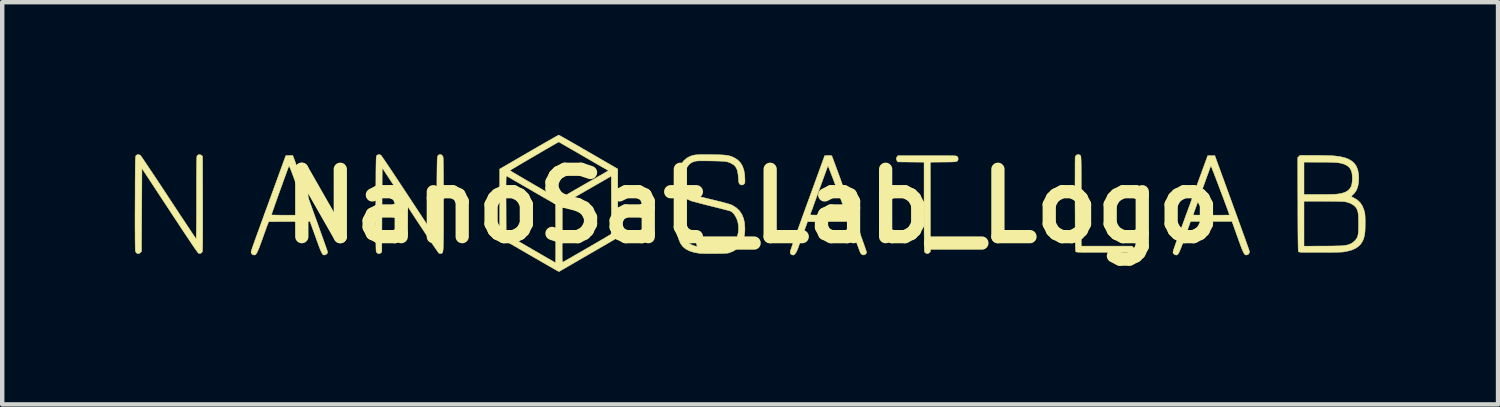
<source format=kicad_pcb>
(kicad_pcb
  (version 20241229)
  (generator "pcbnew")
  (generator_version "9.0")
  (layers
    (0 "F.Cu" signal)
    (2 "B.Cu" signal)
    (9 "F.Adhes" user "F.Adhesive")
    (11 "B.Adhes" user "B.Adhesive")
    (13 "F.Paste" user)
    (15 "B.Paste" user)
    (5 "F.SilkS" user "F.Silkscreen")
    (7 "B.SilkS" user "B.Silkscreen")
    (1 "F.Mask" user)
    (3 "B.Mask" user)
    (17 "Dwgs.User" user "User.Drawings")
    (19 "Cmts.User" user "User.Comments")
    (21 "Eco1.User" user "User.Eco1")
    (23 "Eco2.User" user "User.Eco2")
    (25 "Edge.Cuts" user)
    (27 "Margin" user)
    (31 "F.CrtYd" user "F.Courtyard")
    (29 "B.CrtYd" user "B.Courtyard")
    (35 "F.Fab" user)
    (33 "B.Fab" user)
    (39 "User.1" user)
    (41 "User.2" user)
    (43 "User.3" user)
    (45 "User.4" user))
  (footprint "NanoSat_Lab_Logo"
    (layer "F.Cu")
    (at 13.974 1.614)
    (property "Reference" "NanoSat_Lab_Logo" (at 0 0 0) (layer "F.SilkS") (effects (font (size 1.524 1.524) (thickness 0.3))))
    (attr through_hole)
    (fp_poly (pts (xy 4.082 -1.143) (xy 4.196 -1.143) (xy 4.292 -1.143) (xy 4.372 -1.142) (xy 4.438 -1.142) (xy 4.491 -1.141) (xy 4.533 -1.14) (xy 4.565 -1.139) (xy 4.588 -1.137) (xy 4.605 -1.135) (xy 4.617 -1.132) (xy 4.625 -1.129) (xy 4.63 -1.125) (xy 4.632 -1.124) (xy 4.65 -1.095) (xy 4.652 -1.061) (xy 4.641 -1.03) (xy 4.632 -1.02) (xy 4.624 -1.014) (xy 4.614 -1.01) (xy 4.599 -1.007) (xy 4.577 -1.004) (xy 4.545 -1.002) (xy 4.501 -1) (xy 4.443 -0.999) (xy 4.368 -0.998) (xy 4.317 -0.998) (xy 4.023 -0.995) (xy 4.024 0.018) (xy 4.024 1.031) (xy 3.998 1.054) (xy 3.974 1.072) (xy 3.952 1.075) (xy 3.924 1.066) (xy 3.903 1.05) (xy 3.891 1.031) (xy 3.889 1.016) (xy 3.888 0.981) (xy 3.886 0.927) (xy 3.885 0.855) (xy 3.884 0.765) (xy 3.883 0.657) (xy 3.882 0.532) (xy 3.882 0.391) (xy 3.881 0.235) (xy 3.881 0.063) (xy 3.881 0.005) (xy 3.881 -0.995) (xy 3.586 -0.998) (xy 3.29 -1.001) (xy 3.271 -1.025) (xy 3.253 -1.059) (xy 3.256 -1.095) (xy 3.271 -1.119) (xy 3.29 -1.143) (xy 3.95 -1.143) (xy 4.082 -1.143)) (stroke (width 0.01) (type solid)) (fill yes) (layer "F.SilkS"))
    (fp_poly (pts (xy 7.408 -1.156) (xy 7.417 -1.148) (xy 7.42 -1.144) (xy 7.423 -1.14) (xy 7.426 -1.133) (xy 7.428 -1.122) (xy 7.43 -1.107) (xy 7.431 -1.086) (xy 7.433 -1.058) (xy 7.434 -1.022) (xy 7.435 -0.976) (xy 7.436 -0.92) (xy 7.436 -0.852) (xy 7.437 -0.77) (xy 7.437 -0.675) (xy 7.437 -0.564) (xy 7.437 -0.436) (xy 7.437 -0.291) (xy 7.437 -0.127) (xy 7.437 -0.112) (xy 7.437 0.904) (xy 8.586 0.904) (xy 8.611 0.929) (xy 8.628 0.952) (xy 8.636 0.974) (xy 8.636 0.975) (xy 8.629 0.997) (xy 8.612 1.02) (xy 8.611 1.022) (xy 8.586 1.046) (xy 7.957 1.046) (xy 7.828 1.046) (xy 7.717 1.046) (xy 7.624 1.046) (xy 7.546 1.046) (xy 7.483 1.045) (xy 7.433 1.044) (xy 7.394 1.043) (xy 7.364 1.041) (xy 7.343 1.039) (xy 7.329 1.037) (xy 7.32 1.034) (xy 7.315 1.031) (xy 7.314 1.03) (xy 7.312 1.024) (xy 7.31 1.013) (xy 7.308 0.994) (xy 7.306 0.967) (xy 7.305 0.931) (xy 7.303 0.885) (xy 7.302 0.827) (xy 7.301 0.757) (xy 7.3 0.674) (xy 7.3 0.575) (xy 7.299 0.461) (xy 7.298 0.331) (xy 7.298 0.182) (xy 7.297 0.015) (xy 7.297 -0.04) (xy 7.297 -0.185) (xy 7.297 -0.324) (xy 7.296 -0.457) (xy 7.296 -0.581) (xy 7.297 -0.696) (xy 7.297 -0.799) (xy 7.297 -0.891) (xy 7.297 -0.969) (xy 7.298 -1.031) (xy 7.298 -1.077) (xy 7.299 -1.106) (xy 7.3 -1.114) (xy 7.316 -1.146) (xy 7.344 -1.164) (xy 7.376 -1.168) (xy 7.408 -1.156)) (stroke (width 0.01) (type solid)) (fill yes) (layer "F.SilkS"))
    (fp_poly (pts (xy 10.848 -0.076) (xy 10.899 0.065) (xy 10.949 0.202) (xy 10.996 0.333) (xy 11.041 0.456) (xy 11.082 0.57) (xy 11.12 0.674) (xy 11.153 0.767) (xy 11.182 0.848) (xy 11.206 0.915) (xy 11.224 0.966) (xy 11.236 1.002) (xy 11.242 1.02) (xy 11.243 1.022) (xy 11.24 1.056) (xy 11.221 1.085) (xy 11.187 1.102) (xy 11.184 1.103) (xy 11.169 1.105) (xy 11.155 1.103) (xy 11.141 1.095) (xy 11.127 1.08) (xy 11.112 1.056) (xy 11.095 1.021) (xy 11.075 0.974) (xy 11.051 0.913) (xy 11.023 0.837) (xy 10.989 0.744) (xy 10.973 0.699) (xy 10.847 0.345) (xy 9.91 0.345) (xy 9.784 0.699) (xy 9.747 0.8) (xy 9.716 0.884) (xy 9.69 0.952) (xy 9.668 1.006) (xy 9.65 1.046) (xy 9.633 1.075) (xy 9.617 1.093) (xy 9.603 1.103) (xy 9.587 1.106) (xy 9.571 1.103) (xy 9.553 1.097) (xy 9.531 1.081) (xy 9.518 1.062) (xy 9.516 1.058) (xy 9.514 1.055) (xy 9.513 1.052) (xy 9.512 1.047) (xy 9.512 1.039) (xy 9.514 1.029) (xy 9.518 1.014) (xy 9.524 0.994) (xy 9.532 0.967) (xy 9.544 0.933) (xy 9.559 0.89) (xy 9.577 0.838) (xy 9.599 0.776) (xy 9.626 0.702) (xy 9.657 0.615) (xy 9.693 0.515) (xy 9.735 0.401) (xy 9.782 0.271) (xy 9.808 0.2) (xy 9.967 0.2) (xy 9.977 0.201) (xy 10.005 0.201) (xy 10.049 0.202) (xy 10.107 0.202) (xy 10.176 0.203) (xy 10.256 0.203) (xy 10.343 0.203) (xy 10.378 0.203) (xy 10.468 0.203) (xy 10.55 0.203) (xy 10.624 0.203) (xy 10.687 0.202) (xy 10.737 0.202) (xy 10.771 0.201) (xy 10.788 0.201) (xy 10.79 0.201) (xy 10.786 0.188) (xy 10.777 0.159) (xy 10.761 0.116) (xy 10.741 0.06) (xy 10.717 -0.006) (xy 10.689 -0.081) (xy 10.659 -0.162) (xy 10.627 -0.248) (xy 10.593 -0.336) (xy 10.56 -0.425) (xy 10.527 -0.512) (xy 10.495 -0.596) (xy 10.465 -0.674) (xy 10.438 -0.744) (xy 10.414 -0.805) (xy 10.395 -0.855) (xy 10.38 -0.89) (xy 10.371 -0.911) (xy 10.369 -0.914) (xy 10.363 -0.897) (xy 10.35 -0.864) (xy 10.333 -0.816) (xy 10.312 -0.756) (xy 10.286 -0.687) (xy 10.258 -0.609) (xy 10.228 -0.525) (xy 10.196 -0.438) (xy 10.164 -0.348) (xy 10.132 -0.259) (xy 10.101 -0.173) (xy 10.071 -0.09) (xy 10.044 -0.014) (xy 10.019 0.054) (xy 9.999 0.111) (xy 9.983 0.156) (xy 9.972 0.186) (xy 9.967 0.199) (xy 9.967 0.2) (xy 9.808 0.2) (xy 9.836 0.125) (xy 9.896 -0.039) (xy 9.929 -0.132) (xy 10.298 -1.143) (xy 10.459 -1.143) (xy 10.848 -0.076)) (stroke (width 0.01) (type solid)) (fill yes) (layer "F.SilkS"))
    (fp_poly (pts (xy -13.849 -1.151) (xy -13.847 -1.149) (xy -13.838 -1.138) (xy -13.819 -1.111) (xy -13.79 -1.07) (xy -13.753 -1.014) (xy -13.707 -0.947) (xy -13.654 -0.867) (xy -13.594 -0.778) (xy -13.528 -0.679) (xy -13.457 -0.572) (xy -13.382 -0.459) (xy -13.303 -0.339) (xy -13.221 -0.215) (xy -13.208 -0.194) (xy -13.126 -0.07) (xy -13.047 0.05) (xy -12.972 0.164) (xy -12.902 0.27) (xy -12.836 0.369) (xy -12.777 0.458) (xy -12.724 0.537) (xy -12.679 0.605) (xy -12.642 0.661) (xy -12.613 0.702) (xy -12.595 0.729) (xy -12.586 0.741) (xy -12.586 0.741) (xy -12.585 0.731) (xy -12.584 0.703) (xy -12.583 0.656) (xy -12.582 0.594) (xy -12.581 0.517) (xy -12.58 0.427) (xy -12.579 0.325) (xy -12.579 0.212) (xy -12.578 0.091) (xy -12.578 -0.038) (xy -12.578 -0.173) (xy -12.578 -0.193) (xy -12.578 -0.352) (xy -12.578 -0.492) (xy -12.578 -0.614) (xy -12.578 -0.719) (xy -12.577 -0.809) (xy -12.577 -0.885) (xy -12.576 -0.949) (xy -12.576 -1) (xy -12.575 -1.041) (xy -12.573 -1.074) (xy -12.572 -1.098) (xy -12.57 -1.116) (xy -12.568 -1.129) (xy -12.565 -1.137) (xy -12.562 -1.143) (xy -12.559 -1.147) (xy -12.558 -1.148) (xy -12.527 -1.166) (xy -12.493 -1.165) (xy -12.465 -1.149) (xy -12.441 -1.13) (xy -12.438 -0.063) (xy -12.438 0.127) (xy -12.438 0.3) (xy -12.438 0.455) (xy -12.438 0.593) (xy -12.439 0.712) (xy -12.439 0.813) (xy -12.441 0.896) (xy -12.442 0.959) (xy -12.443 1.002) (xy -12.445 1.026) (xy -12.446 1.03) (xy -12.466 1.057) (xy -12.496 1.07) (xy -12.53 1.068) (xy -12.531 1.067) (xy -12.54 1.059) (xy -12.557 1.037) (xy -12.582 1.002) (xy -12.617 0.953) (xy -12.661 0.889) (xy -12.714 0.81) (xy -12.777 0.716) (xy -12.85 0.607) (xy -12.933 0.482) (xy -13.026 0.34) (xy -13.131 0.182) (xy -13.184 0.101) (xy -13.813 -0.855) (xy -13.818 0.086) (xy -13.823 1.028) (xy -13.851 1.052) (xy -13.876 1.071) (xy -13.897 1.075) (xy -13.924 1.068) (xy -13.926 1.067) (xy -13.946 1.049) (xy -13.96 1.019) (xy -13.962 1.005) (xy -13.963 0.976) (xy -13.965 0.933) (xy -13.966 0.874) (xy -13.967 0.799) (xy -13.968 0.708) (xy -13.968 0.599) (xy -13.969 0.473) (xy -13.969 0.328) (xy -13.969 0.164) (xy -13.968 -0.019) (xy -13.968 -0.073) (xy -13.967 -0.242) (xy -13.967 -0.392) (xy -13.967 -0.524) (xy -13.966 -0.64) (xy -13.965 -0.74) (xy -13.965 -0.825) (xy -13.964 -0.897) (xy -13.963 -0.957) (xy -13.962 -1.006) (xy -13.961 -1.046) (xy -13.96 -1.076) (xy -13.958 -1.1) (xy -13.956 -1.117) (xy -13.954 -1.129) (xy -13.952 -1.137) (xy -13.949 -1.143) (xy -13.946 -1.147) (xy -13.946 -1.147) (xy -13.917 -1.165) (xy -13.883 -1.166) (xy -13.849 -1.151)) (stroke (width 0.01) (type solid)) (fill yes) (layer "F.SilkS"))
    (fp_poly (pts (xy -7.035 -1.16) (xy -7.011 -1.136) (xy -7.001 -1.116) (xy -6.999 -1.103) (xy -6.997 -1.075) (xy -6.996 -1.031) (xy -6.994 -0.971) (xy -6.993 -0.895) (xy -6.992 -0.802) (xy -6.991 -0.692) (xy -6.991 -0.563) (xy -6.99 -0.415) (xy -6.99 -0.249) (xy -6.99 -0.062) (xy -6.99 -0.044) (xy -6.99 0.129) (xy -6.99 0.283) (xy -6.99 0.419) (xy -6.99 0.539) (xy -6.991 0.642) (xy -6.992 0.731) (xy -6.993 0.806) (xy -6.994 0.869) (xy -6.996 0.921) (xy -6.998 0.962) (xy -7.001 0.995) (xy -7.004 1.02) (xy -7.009 1.038) (xy -7.013 1.051) (xy -7.019 1.059) (xy -7.025 1.065) (xy -7.033 1.068) (xy -7.041 1.07) (xy -7.046 1.071) (xy -7.08 1.07) (xy -7.096 1.063) (xy -7.104 1.053) (xy -7.123 1.027) (xy -7.152 0.986) (xy -7.189 0.932) (xy -7.234 0.866) (xy -7.285 0.79) (xy -7.342 0.705) (xy -7.404 0.611) (xy -7.47 0.511) (xy -7.54 0.406) (xy -7.574 0.354) (xy -7.65 0.239) (xy -7.726 0.123) (xy -7.801 0.008) (xy -7.875 -0.104) (xy -7.945 -0.211) (xy -8.011 -0.311) (xy -8.071 -0.402) (xy -8.123 -0.482) (xy -8.168 -0.549) (xy -8.202 -0.602) (xy -8.204 -0.604) (xy -8.377 -0.868) (xy -8.382 0.085) (xy -8.387 1.038) (xy -8.411 1.058) (xy -8.435 1.073) (xy -8.457 1.075) (xy -8.479 1.067) (xy -8.499 1.052) (xy -8.513 1.03) (xy -8.515 1.019) (xy -8.516 0.998) (xy -8.518 0.966) (xy -8.519 0.921) (xy -8.52 0.863) (xy -8.521 0.791) (xy -8.522 0.704) (xy -8.522 0.601) (xy -8.522 0.482) (xy -8.523 0.345) (xy -8.522 0.19) (xy -8.522 0.016) (xy -8.522 -0.062) (xy -8.521 -0.233) (xy -8.521 -0.384) (xy -8.521 -0.517) (xy -8.52 -0.633) (xy -8.52 -0.734) (xy -8.519 -0.82) (xy -8.518 -0.893) (xy -8.517 -0.953) (xy -8.516 -1.003) (xy -8.515 -1.043) (xy -8.514 -1.074) (xy -8.512 -1.098) (xy -8.511 -1.116) (xy -8.508 -1.128) (xy -8.506 -1.137) (xy -8.503 -1.142) (xy -8.5 -1.147) (xy -8.5 -1.147) (xy -8.471 -1.165) (xy -8.437 -1.167) (xy -8.407 -1.154) (xy -8.398 -1.144) (xy -8.38 -1.118) (xy -8.352 -1.077) (xy -8.314 -1.022) (xy -8.269 -0.955) (xy -8.216 -0.876) (xy -8.156 -0.787) (xy -8.091 -0.689) (xy -8.02 -0.582) (xy -7.945 -0.469) (xy -7.866 -0.349) (xy -7.784 -0.225) (xy -7.767 -0.199) (xy -7.148 0.741) (xy -7.142 -0.186) (xy -7.142 -0.345) (xy -7.141 -0.485) (xy -7.14 -0.607) (xy -7.139 -0.712) (xy -7.138 -0.802) (xy -7.137 -0.878) (xy -7.136 -0.941) (xy -7.135 -0.993) (xy -7.134 -1.035) (xy -7.132 -1.067) (xy -7.13 -1.092) (xy -7.128 -1.11) (xy -7.126 -1.123) (xy -7.124 -1.132) (xy -7.121 -1.139) (xy -7.119 -1.141) (xy -7.095 -1.163) (xy -7.065 -1.169) (xy -7.035 -1.16)) (stroke (width 0.01) (type solid)) (fill yes) (layer "F.SilkS"))
    (fp_poly (pts (xy -10.389 -1.115) (xy -10.38 -1.092) (xy -10.365 -1.052) (xy -10.344 -0.996) (xy -10.319 -0.927) (xy -10.289 -0.846) (xy -10.255 -0.755) (xy -10.218 -0.654) (xy -10.179 -0.545) (xy -10.137 -0.43) (xy -10.094 -0.311) (xy -10.049 -0.188) (xy -10.004 -0.063) (xy -9.959 0.062) (xy -9.915 0.185) (xy -9.871 0.306) (xy -9.829 0.423) (xy -9.79 0.534) (xy -9.752 0.638) (xy -9.718 0.733) (xy -9.688 0.818) (xy -9.662 0.892) (xy -9.641 0.952) (xy -9.625 0.998) (xy -9.615 1.028) (xy -9.611 1.04) (xy -9.611 1.04) (xy -9.621 1.069) (xy -9.647 1.092) (xy -9.673 1.102) (xy -9.688 1.105) (xy -9.702 1.104) (xy -9.715 1.097) (xy -9.728 1.083) (xy -9.742 1.061) (xy -9.759 1.028) (xy -9.778 0.983) (xy -9.801 0.925) (xy -9.828 0.852) (xy -9.861 0.762) (xy -9.882 0.703) (xy -10.011 0.345) (xy -10.479 0.348) (xy -10.946 0.351) (xy -10.973 0.422) (xy -10.984 0.45) (xy -11 0.494) (xy -11.02 0.551) (xy -11.044 0.617) (xy -11.07 0.689) (xy -11.097 0.765) (xy -11.1 0.772) (xy -11.133 0.864) (xy -11.161 0.939) (xy -11.185 0.997) (xy -11.205 1.041) (xy -11.223 1.072) (xy -11.24 1.092) (xy -11.256 1.103) (xy -11.273 1.106) (xy -11.292 1.102) (xy -11.306 1.097) (xy -11.327 1.081) (xy -11.339 1.061) (xy -11.341 1.057) (xy -11.342 1.053) (xy -11.344 1.048) (xy -11.344 1.042) (xy -11.343 1.033) (xy -11.34 1.021) (xy -11.336 1.004) (xy -11.329 0.982) (xy -11.319 0.952) (xy -11.307 0.915) (xy -11.291 0.87) (xy -11.271 0.815) (xy -11.248 0.749) (xy -11.22 0.671) (xy -11.187 0.581) (xy -11.149 0.477) (xy -11.106 0.358) (xy -11.057 0.224) (xy -11.048 0.198) (xy -10.883 0.198) (xy -10.872 0.199) (xy -10.843 0.2) (xy -10.798 0.201) (xy -10.739 0.202) (xy -10.669 0.203) (xy -10.589 0.203) (xy -10.502 0.203) (xy -10.472 0.203) (xy -10.367 0.203) (xy -10.28 0.203) (xy -10.211 0.202) (xy -10.158 0.201) (xy -10.118 0.199) (xy -10.092 0.197) (xy -10.077 0.195) (xy -10.071 0.192) (xy -10.071 0.191) (xy -10.075 0.179) (xy -10.086 0.15) (xy -10.102 0.105) (xy -10.123 0.047) (xy -10.149 -0.024) (xy -10.179 -0.105) (xy -10.212 -0.195) (xy -10.247 -0.291) (xy -10.278 -0.374) (xy -10.32 -0.49) (xy -10.357 -0.589) (xy -10.387 -0.671) (xy -10.412 -0.738) (xy -10.433 -0.792) (xy -10.449 -0.833) (xy -10.461 -0.864) (xy -10.471 -0.884) (xy -10.478 -0.897) (xy -10.484 -0.903) (xy -10.488 -0.903) (xy -10.491 -0.899) (xy -10.494 -0.892) (xy -10.494 -0.892) (xy -10.505 -0.865) (xy -10.52 -0.823) (xy -10.541 -0.768) (xy -10.565 -0.702) (xy -10.592 -0.627) (xy -10.621 -0.546) (xy -10.652 -0.46) (xy -10.684 -0.372) (xy -10.716 -0.283) (xy -10.747 -0.196) (xy -10.776 -0.113) (xy -10.804 -0.035) (xy -10.828 0.035) (xy -10.849 0.095) (xy -10.866 0.143) (xy -10.877 0.178) (xy -10.883 0.196) (xy -10.883 0.198) (xy -11.048 0.198) (xy -11.002 0.073) (xy -10.94 -0.096) (xy -10.918 -0.157) (xy -10.559 -1.143) (xy -10.481 -1.146) (xy -10.403 -1.149) (xy -10.389 -1.115)) (stroke (width 0.01) (type solid)) (fill yes) (layer "F.SilkS"))
    (fp_poly (pts (xy 1.775 -1.145) (xy 1.789 -1.14) (xy 1.797 -1.131) (xy 1.803 -1.116) (xy 1.815 -1.084) (xy 1.833 -1.036) (xy 1.856 -0.974) (xy 1.884 -0.899) (xy 1.916 -0.812) (xy 1.951 -0.716) (xy 1.99 -0.611) (xy 2.03 -0.498) (xy 2.073 -0.381) (xy 2.117 -0.259) (xy 2.162 -0.135) (xy 2.207 -0.01) (xy 2.252 0.115) (xy 2.297 0.238) (xy 2.34 0.357) (xy 2.381 0.472) (xy 2.419 0.58) (xy 2.455 0.681) (xy 2.488 0.772) (xy 2.516 0.852) (xy 2.54 0.92) (xy 2.559 0.975) (xy 2.572 1.014) (xy 2.579 1.036) (xy 2.581 1.041) (xy 2.572 1.071) (xy 2.549 1.093) (xy 2.519 1.104) (xy 2.487 1.1) (xy 2.476 1.095) (xy 2.453 1.073) (xy 2.441 1.055) (xy 2.435 1.042) (xy 2.424 1.013) (xy 2.408 0.97) (xy 2.388 0.916) (xy 2.365 0.854) (xy 2.341 0.786) (xy 2.315 0.715) (xy 2.289 0.644) (xy 2.264 0.574) (xy 2.241 0.51) (xy 2.22 0.453) (xy 2.204 0.406) (xy 2.192 0.371) (xy 2.185 0.352) (xy 2.184 0.349) (xy 2.175 0.348) (xy 2.146 0.348) (xy 2.102 0.347) (xy 2.043 0.347) (xy 1.972 0.347) (xy 1.891 0.347) (xy 1.801 0.347) (xy 1.715 0.348) (xy 1.245 0.351) (xy 1.146 0.625) (xy 1.119 0.7) (xy 1.093 0.773) (xy 1.068 0.84) (xy 1.047 0.898) (xy 1.031 0.944) (xy 1.02 0.975) (xy 1.019 0.975) (xy 0.998 1.025) (xy 0.974 1.065) (xy 0.95 1.093) (xy 0.928 1.106) (xy 0.923 1.107) (xy 0.903 1.103) (xy 0.887 1.097) (xy 0.864 1.083) (xy 0.854 1.061) (xy 0.852 1.033) (xy 0.855 1.019) (xy 0.865 0.988) (xy 0.882 0.94) (xy 0.903 0.876) (xy 0.93 0.799) (xy 0.962 0.709) (xy 0.998 0.607) (xy 1.038 0.495) (xy 1.082 0.374) (xy 1.128 0.245) (xy 1.146 0.197) (xy 1.308 0.197) (xy 1.308 0.197) (xy 1.319 0.199) (xy 1.348 0.2) (xy 1.391 0.201) (xy 1.447 0.202) (xy 1.513 0.202) (xy 1.585 0.203) (xy 1.662 0.203) (xy 1.741 0.203) (xy 1.818 0.203) (xy 1.893 0.203) (xy 1.961 0.202) (xy 2.021 0.201) (xy 2.069 0.2) (xy 2.104 0.199) (xy 2.121 0.198) (xy 2.123 0.197) (xy 2.12 0.184) (xy 2.11 0.155) (xy 2.095 0.111) (xy 2.075 0.055) (xy 2.05 -0.012) (xy 2.023 -0.087) (xy 1.993 -0.168) (xy 1.961 -0.254) (xy 1.928 -0.342) (xy 1.894 -0.43) (xy 1.861 -0.517) (xy 1.83 -0.6) (xy 1.8 -0.678) (xy 1.773 -0.748) (xy 1.75 -0.808) (xy 1.731 -0.856) (xy 1.716 -0.891) (xy 1.708 -0.909) (xy 1.706 -0.912) (xy 1.701 -0.9) (xy 1.69 -0.871) (xy 1.674 -0.827) (xy 1.653 -0.768) (xy 1.627 -0.698) (xy 1.598 -0.618) (xy 1.566 -0.529) (xy 1.531 -0.434) (xy 1.514 -0.386) (xy 1.478 -0.288) (xy 1.445 -0.194) (xy 1.413 -0.108) (xy 1.385 -0.03) (xy 1.361 0.037) (xy 1.341 0.091) (xy 1.326 0.131) (xy 1.317 0.154) (xy 1.315 0.159) (xy 1.308 0.182) (xy 1.308 0.197) (xy 1.146 0.197) (xy 1.177 0.109) (xy 1.228 -0.032) (xy 1.243 -0.071) (xy 1.633 -1.143) (xy 1.71 -1.146) (xy 1.75 -1.147) (xy 1.775 -1.145)) (stroke (width 0.01) (type solid)) (fill yes) (layer "F.SilkS"))
    (fp_poly (pts (xy 12.717 -1.148) (xy 12.804 -1.148) (xy 12.89 -1.147) (xy 12.971 -1.145) (xy 13.045 -1.143) (xy 13.106 -1.141) (xy 13.153 -1.138) (xy 13.166 -1.137) (xy 13.291 -1.121) (xy 13.398 -1.096) (xy 13.489 -1.061) (xy 13.562 -1.017) (xy 13.621 -0.962) (xy 13.665 -0.895) (xy 13.694 -0.816) (xy 13.711 -0.724) (xy 13.716 -0.63) (xy 13.71 -0.526) (xy 13.692 -0.436) (xy 13.662 -0.36) (xy 13.618 -0.295) (xy 13.586 -0.263) (xy 13.563 -0.241) (xy 13.548 -0.225) (xy 13.545 -0.219) (xy 13.555 -0.213) (xy 13.578 -0.201) (xy 13.609 -0.185) (xy 13.686 -0.138) (xy 13.746 -0.081) (xy 13.793 -0.012) (xy 13.828 0.071) (xy 13.839 0.107) (xy 13.847 0.139) (xy 13.853 0.171) (xy 13.857 0.206) (xy 13.859 0.249) (xy 13.861 0.303) (xy 13.861 0.373) (xy 13.861 0.386) (xy 13.86 0.482) (xy 13.857 0.561) (xy 13.85 0.627) (xy 13.84 0.683) (xy 13.826 0.732) (xy 13.807 0.779) (xy 13.801 0.792) (xy 13.759 0.858) (xy 13.704 0.913) (xy 13.634 0.959) (xy 13.548 0.995) (xy 13.445 1.022) (xy 13.365 1.036) (xy 13.341 1.038) (xy 13.298 1.04) (xy 13.239 1.042) (xy 13.168 1.043) (xy 13.086 1.045) (xy 12.997 1.046) (xy 12.901 1.046) (xy 12.831 1.046) (xy 12.721 1.046) (xy 12.63 1.046) (xy 12.555 1.046) (xy 12.495 1.045) (xy 12.449 1.044) (xy 12.414 1.043) (xy 12.389 1.041) (xy 12.372 1.038) (xy 12.362 1.035) (xy 12.355 1.032) (xy 12.353 1.03) (xy 12.351 1.024) (xy 12.349 1.013) (xy 12.347 0.994) (xy 12.345 0.967) (xy 12.344 0.931) (xy 12.343 0.905) (xy 12.476 0.905) (xy 12.88 0.903) (xy 12.973 0.903) (xy 13.062 0.902) (xy 13.145 0.901) (xy 13.22 0.899) (xy 13.283 0.898) (xy 13.332 0.896) (xy 13.363 0.894) (xy 13.367 0.893) (xy 13.451 0.88) (xy 13.521 0.857) (xy 13.579 0.824) (xy 13.62 0.788) (xy 13.646 0.76) (xy 13.668 0.731) (xy 13.683 0.701) (xy 13.695 0.665) (xy 13.703 0.621) (xy 13.708 0.566) (xy 13.71 0.497) (xy 13.711 0.411) (xy 13.711 0.396) (xy 13.71 0.309) (xy 13.708 0.238) (xy 13.704 0.182) (xy 13.697 0.137) (xy 13.687 0.1) (xy 13.674 0.068) (xy 13.656 0.038) (xy 13.646 0.023) (xy 13.61 -0.013) (xy 13.56 -0.046) (xy 13.5 -0.074) (xy 13.435 -0.094) (xy 13.396 -0.101) (xy 13.37 -0.104) (xy 13.327 -0.106) (xy 13.268 -0.107) (xy 13.197 -0.109) (xy 13.117 -0.11) (xy 13.028 -0.111) (xy 12.935 -0.112) (xy 12.901 -0.112) (xy 12.476 -0.112) (xy 12.476 0.905) (xy 12.343 0.905) (xy 12.343 0.885) (xy 12.342 0.828) (xy 12.341 0.758) (xy 12.34 0.674) (xy 12.339 0.576) (xy 12.338 0.462) (xy 12.338 0.332) (xy 12.337 0.184) (xy 12.337 0.016) (xy 12.337 -0.043) (xy 12.336 -0.264) (xy 12.476 -0.264) (xy 12.831 -0.264) (xy 12.936 -0.264) (xy 13.023 -0.265) (xy 13.095 -0.266) (xy 13.153 -0.268) (xy 13.201 -0.271) (xy 13.239 -0.275) (xy 13.271 -0.279) (xy 13.275 -0.28) (xy 13.358 -0.298) (xy 13.423 -0.323) (xy 13.474 -0.355) (xy 13.513 -0.396) (xy 13.544 -0.448) (xy 13.545 -0.451) (xy 13.558 -0.496) (xy 13.566 -0.554) (xy 13.57 -0.619) (xy 13.568 -0.685) (xy 13.561 -0.746) (xy 13.55 -0.792) (xy 13.518 -0.855) (xy 13.471 -0.904) (xy 13.408 -0.941) (xy 13.375 -0.953) (xy 13.339 -0.964) (xy 13.302 -0.973) (xy 13.263 -0.98) (xy 13.219 -0.985) (xy 13.167 -0.989) (xy 13.105 -0.992) (xy 13.031 -0.994) (xy 12.942 -0.995) (xy 12.835 -0.995) (xy 12.819 -0.995) (xy 12.476 -0.996) (xy 12.476 -0.264) (xy 12.336 -0.264) (xy 12.334 -1.098) (xy 12.384 -1.148) (xy 12.717 -1.148)) (stroke (width 0.01) (type solid)) (fill yes) (layer "F.SilkS"))
    (fp_poly (pts (xy -0.989 -1.167) (xy -0.935 -1.166) (xy -0.831 -1.164) (xy -0.746 -1.162) (xy -0.675 -1.159) (xy -0.616 -1.154) (xy -0.568 -1.148) (xy -0.526 -1.139) (xy -0.489 -1.128) (xy -0.453 -1.114) (xy -0.417 -1.097) (xy -0.406 -1.092) (xy -0.334 -1.045) (xy -0.274 -0.984) (xy -0.228 -0.909) (xy -0.196 -0.819) (xy -0.177 -0.715) (xy -0.171 -0.595) (xy -0.172 -0.541) (xy -0.182 -0.51) (xy -0.205 -0.489) (xy -0.235 -0.479) (xy -0.266 -0.483) (xy -0.292 -0.5) (xy -0.302 -0.515) (xy -0.309 -0.535) (xy -0.314 -0.565) (xy -0.318 -0.61) (xy -0.319 -0.63) (xy -0.327 -0.719) (xy -0.339 -0.79) (xy -0.358 -0.847) (xy -0.384 -0.892) (xy -0.418 -0.928) (xy -0.462 -0.957) (xy -0.478 -0.966) (xy -0.506 -0.98) (xy -0.534 -0.991) (xy -0.562 -1) (xy -0.594 -1.007) (xy -0.633 -1.012) (xy -0.68 -1.016) (xy -0.739 -1.019) (xy -0.812 -1.021) (xy -0.902 -1.023) (xy -0.941 -1.023) (xy -1.032 -1.025) (xy -1.106 -1.025) (xy -1.164 -1.025) (xy -1.21 -1.025) (xy -1.245 -1.023) (xy -1.272 -1.02) (xy -1.294 -1.017) (xy -1.313 -1.012) (xy -1.314 -1.012) (xy -1.371 -0.99) (xy -1.418 -0.959) (xy -1.458 -0.915) (xy -1.495 -0.856) (xy -1.503 -0.84) (xy -1.524 -0.798) (xy -1.538 -0.766) (xy -1.546 -0.738) (xy -1.55 -0.704) (xy -1.552 -0.66) (xy -1.553 -0.645) (xy -1.55 -0.545) (xy -1.533 -0.46) (xy -1.503 -0.387) (xy -1.484 -0.358) (xy -1.46 -0.327) (xy -1.435 -0.303) (xy -1.407 -0.283) (xy -1.371 -0.265) (xy -1.325 -0.249) (xy -1.265 -0.232) (xy -1.192 -0.214) (xy -1.058 -0.182) (xy -0.942 -0.154) (xy -0.843 -0.13) (xy -0.759 -0.109) (xy -0.689 -0.092) (xy -0.631 -0.076) (xy -0.584 -0.063) (xy -0.545 -0.052) (xy -0.514 -0.042) (xy -0.489 -0.033) (xy -0.468 -0.025) (xy -0.45 -0.016) (xy -0.445 -0.013) (xy -0.361 0.041) (xy -0.293 0.107) (xy -0.24 0.187) (xy -0.202 0.279) (xy -0.179 0.384) (xy -0.172 0.504) (xy -0.172 0.508) (xy -0.175 0.593) (xy -0.184 0.665) (xy -0.201 0.73) (xy -0.228 0.796) (xy -0.234 0.809) (xy -0.284 0.892) (xy -0.347 0.96) (xy -0.424 1.012) (xy -0.511 1.049) (xy -0.532 1.056) (xy -0.553 1.061) (xy -0.578 1.065) (xy -0.61 1.067) (xy -0.65 1.069) (xy -0.702 1.071) (xy -0.77 1.072) (xy -0.853 1.073) (xy -0.931 1.073) (xy -1.007 1.073) (xy -1.076 1.072) (xy -1.135 1.07) (xy -1.181 1.068) (xy -1.208 1.066) (xy -1.325 1.045) (xy -1.426 1.013) (xy -1.509 0.97) (xy -1.575 0.916) (xy -1.624 0.85) (xy -1.635 0.83) (xy -1.668 0.751) (xy -1.688 0.67) (xy -1.699 0.58) (xy -1.701 0.525) (xy -1.701 0.476) (xy -1.7 0.443) (xy -1.697 0.422) (xy -1.691 0.409) (xy -1.682 0.399) (xy -1.678 0.395) (xy -1.645 0.379) (xy -1.611 0.379) (xy -1.582 0.394) (xy -1.58 0.397) (xy -1.57 0.411) (xy -1.563 0.435) (xy -1.558 0.471) (xy -1.554 0.524) (xy -1.554 0.526) (xy -1.544 0.62) (xy -1.529 0.696) (xy -1.507 0.757) (xy -1.475 0.806) (xy -1.432 0.844) (xy -1.378 0.874) (xy -1.309 0.899) (xy -1.305 0.9) (xy -1.285 0.905) (xy -1.26 0.909) (xy -1.229 0.912) (xy -1.19 0.915) (xy -1.139 0.917) (xy -1.074 0.919) (xy -0.994 0.921) (xy -0.917 0.922) (xy -0.825 0.923) (xy -0.751 0.924) (xy -0.692 0.924) (xy -0.646 0.923) (xy -0.611 0.921) (xy -0.584 0.919) (xy -0.563 0.916) (xy -0.546 0.912) (xy -0.537 0.909) (xy -0.477 0.879) (xy -0.426 0.832) (xy -0.383 0.772) (xy -0.349 0.7) (xy -0.327 0.62) (xy -0.316 0.534) (xy -0.318 0.445) (xy -0.33 0.368) (xy -0.351 0.301) (xy -0.381 0.238) (xy -0.416 0.183) (xy -0.455 0.14) (xy -0.487 0.117) (xy -0.503 0.111) (xy -0.537 0.102) (xy -0.585 0.088) (xy -0.647 0.072) (xy -0.719 0.053) (xy -0.8 0.033) (xy -0.887 0.011) (xy -0.926 0.001) (xy -1.017 -0.021) (xy -1.104 -0.043) (xy -1.184 -0.064) (xy -1.255 -0.083) (xy -1.315 -0.099) (xy -1.361 -0.111) (xy -1.391 -0.12) (xy -1.397 -0.123) (xy -1.485 -0.163) (xy -1.557 -0.213) (xy -1.614 -0.274) (xy -1.656 -0.348) (xy -1.684 -0.435) (xy -1.701 -0.537) (xy -1.703 -0.574) (xy -1.701 -0.682) (xy -1.684 -0.784) (xy -1.653 -0.878) (xy -1.609 -0.961) (xy -1.552 -1.032) (xy -1.484 -1.088) (xy -1.454 -1.106) (xy -1.421 -1.123) (xy -1.389 -1.136) (xy -1.356 -1.147) (xy -1.319 -1.155) (xy -1.276 -1.161) (xy -1.224 -1.165) (xy -1.16 -1.167) (xy -1.083 -1.167) (xy -0.989 -1.167)) (stroke (width 0.01) (type solid)) (fill yes) (layer "F.SilkS"))
    (fp_poly (pts (xy -4.373 -1.604) (xy -4.346 -1.589) (xy -4.305 -1.566) (xy -4.25 -1.535) (xy -4.183 -1.497) (xy -4.106 -1.453) (xy -4.019 -1.403) (xy -3.924 -1.349) (xy -3.823 -1.29) (xy -3.717 -1.229) (xy -3.71 -1.225) (xy -3.048 -0.841) (xy -3.048 0.709) (xy -3.71 1.094) (xy -3.817 1.155) (xy -3.918 1.214) (xy -4.013 1.269) (xy -4.099 1.319) (xy -4.177 1.364) (xy -4.244 1.403) (xy -4.299 1.435) (xy -4.341 1.459) (xy -4.367 1.475) (xy -4.378 1.481) (xy -4.378 1.481) (xy -4.388 1.476) (xy -4.414 1.462) (xy -4.454 1.44) (xy -4.508 1.409) (xy -4.574 1.371) (xy -4.651 1.327) (xy -4.737 1.278) (xy -4.831 1.223) (xy -4.932 1.165) (xy -5.038 1.104) (xy -5.052 1.096) (xy -5.72 0.708) (xy -5.72 -0.394) (xy -5.576 -0.394) (xy -5.576 -0.303) (xy -5.576 -0.194) (xy -5.576 -0.067) (xy -5.575 -0.029) (xy -5.573 0.633) (xy -5.019 0.956) (xy -4.922 1.012) (xy -4.83 1.065) (xy -4.745 1.115) (xy -4.668 1.159) (xy -4.601 1.198) (xy -4.544 1.23) (xy -4.501 1.255) (xy -4.472 1.272) (xy -4.458 1.279) (xy -4.458 1.279) (xy -4.456 1.269) (xy -4.455 1.241) (xy -4.454 1.196) (xy -4.453 1.135) (xy -4.453 1.061) (xy -4.452 0.975) (xy -4.452 0.955) (xy -4.306 0.955) (xy -4.306 1.034) (xy -4.306 1.099) (xy -4.306 1.151) (xy -4.305 1.191) (xy -4.303 1.221) (xy -4.302 1.242) (xy -4.3 1.255) (xy -4.297 1.263) (xy -4.294 1.266) (xy -4.291 1.266) (xy -4.29 1.265) (xy -4.279 1.259) (xy -4.251 1.244) (xy -4.209 1.22) (xy -4.154 1.189) (xy -4.087 1.151) (xy -4.012 1.107) (xy -3.928 1.059) (xy -3.837 1.007) (xy -3.744 0.953) (xy -3.649 0.898) (xy -3.559 0.845) (xy -3.476 0.797) (xy -3.4 0.753) (xy -3.335 0.715) (xy -3.281 0.683) (xy -3.24 0.658) (xy -3.213 0.642) (xy -3.203 0.635) (xy -3.2 0.629) (xy -3.198 0.614) (xy -3.196 0.59) (xy -3.195 0.554) (xy -3.193 0.506) (xy -3.193 0.445) (xy -3.192 0.369) (xy -3.192 0.278) (xy -3.192 0.169) (xy -3.192 0.041) (xy -3.193 -0.028) (xy -3.195 -0.68) (xy -4.303 -0.043) (xy -4.305 0.614) (xy -4.306 0.746) (xy -4.306 0.859) (xy -4.306 0.955) (xy -4.452 0.955) (xy -4.452 0.879) (xy -4.452 0.774) (xy -4.452 0.662) (xy -4.453 0.619) (xy -4.455 -0.043) (xy -4.999 -0.357) (xy -5.095 -0.413) (xy -5.187 -0.466) (xy -5.272 -0.516) (xy -5.349 -0.56) (xy -5.417 -0.599) (xy -5.473 -0.632) (xy -5.517 -0.657) (xy -5.546 -0.674) (xy -5.56 -0.682) (xy -5.56 -0.682) (xy -5.564 -0.683) (xy -5.567 -0.681) (xy -5.569 -0.675) (xy -5.571 -0.664) (xy -5.573 -0.645) (xy -5.574 -0.618) (xy -5.575 -0.58) (xy -5.576 -0.532) (xy -5.576 -0.47) (xy -5.576 -0.394) (xy -5.72 -0.394) (xy -5.72 -0.807) (xy -5.488 -0.807) (xy -5.479 -0.801) (xy -5.455 -0.786) (xy -5.417 -0.763) (xy -5.366 -0.733) (xy -5.305 -0.697) (xy -5.236 -0.657) (xy -5.16 -0.612) (xy -5.079 -0.565) (xy -4.995 -0.516) (xy -4.909 -0.466) (xy -4.824 -0.417) (xy -4.742 -0.369) (xy -4.663 -0.323) (xy -4.591 -0.282) (xy -4.526 -0.245) (xy -4.471 -0.213) (xy -4.427 -0.188) (xy -4.396 -0.171) (xy -4.38 -0.163) (xy -4.379 -0.163) (xy -4.368 -0.167) (xy -4.344 -0.18) (xy -4.309 -0.2) (xy -4.267 -0.224) (xy -4.262 -0.227) (xy -4.23 -0.245) (xy -4.183 -0.272) (xy -4.122 -0.307) (xy -4.052 -0.348) (xy -3.973 -0.393) (xy -3.888 -0.442) (xy -3.8 -0.492) (xy -3.729 -0.533) (xy -3.643 -0.582) (xy -3.563 -0.628) (xy -3.489 -0.671) (xy -3.423 -0.708) (xy -3.368 -0.74) (xy -3.325 -0.765) (xy -3.296 -0.782) (xy -3.283 -0.79) (xy -3.258 -0.805) (xy -3.288 -0.821) (xy -3.302 -0.829) (xy -3.331 -0.846) (xy -3.376 -0.871) (xy -3.433 -0.904) (xy -3.501 -0.943) (xy -3.578 -0.988) (xy -3.663 -1.037) (xy -3.755 -1.09) (xy -3.849 -1.145) (xy -3.943 -1.2) (xy -4.033 -1.252) (xy -4.116 -1.299) (xy -4.19 -1.342) (xy -4.255 -1.38) (xy -4.308 -1.41) (xy -4.348 -1.433) (xy -4.374 -1.448) (xy -4.383 -1.453) (xy -4.383 -1.453) (xy -4.394 -1.448) (xy -4.419 -1.434) (xy -4.459 -1.411) (xy -4.51 -1.382) (xy -4.572 -1.346) (xy -4.642 -1.306) (xy -4.718 -1.262) (xy -4.799 -1.214) (xy -4.883 -1.165) (xy -4.969 -1.115) (xy -5.053 -1.066) (xy -5.135 -1.018) (xy -5.213 -0.972) (xy -5.285 -0.93) (xy -5.348 -0.892) (xy -5.402 -0.86) (xy -5.444 -0.835) (xy -5.473 -0.817) (xy -5.487 -0.808) (xy -5.488 -0.807) (xy -5.72 -0.807) (xy -5.72 -0.84) (xy -5.058 -1.224) (xy -4.951 -1.286) (xy -4.85 -1.345) (xy -4.755 -1.399) (xy -4.667 -1.45) (xy -4.589 -1.494) (xy -4.521 -1.533) (xy -4.466 -1.564) (xy -4.423 -1.588) (xy -4.395 -1.603) (xy -4.384 -1.609) (xy -4.384 -1.609) (xy -4.373 -1.604)) (stroke (width 0.01) (type solid)) (fill yes) (layer "F.SilkS")))
  (gr_rect
    (start -3 -3)
    (end 30.84 6.099)
    (stroke (width 0.1) (type default))
    (fill no)
    (layer "Edge.Cuts")))
</source>
